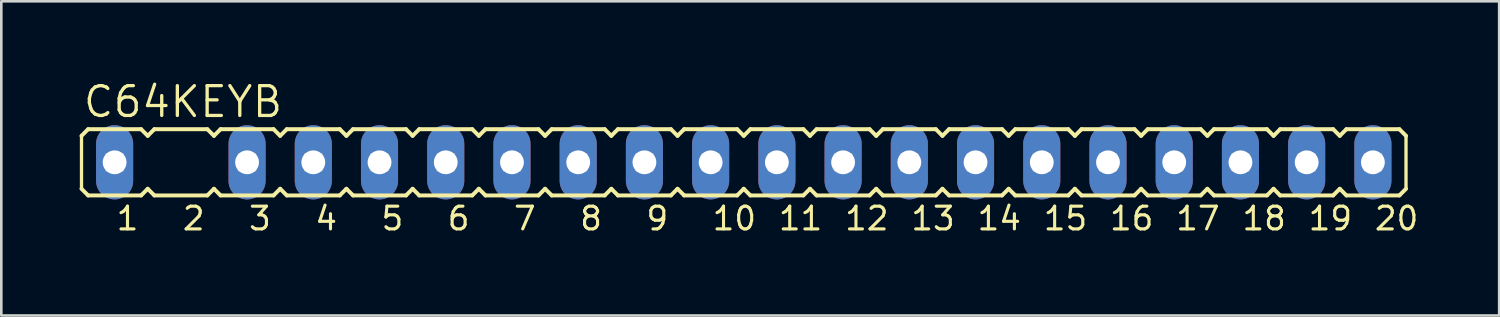
<source format=kicad_pcb>
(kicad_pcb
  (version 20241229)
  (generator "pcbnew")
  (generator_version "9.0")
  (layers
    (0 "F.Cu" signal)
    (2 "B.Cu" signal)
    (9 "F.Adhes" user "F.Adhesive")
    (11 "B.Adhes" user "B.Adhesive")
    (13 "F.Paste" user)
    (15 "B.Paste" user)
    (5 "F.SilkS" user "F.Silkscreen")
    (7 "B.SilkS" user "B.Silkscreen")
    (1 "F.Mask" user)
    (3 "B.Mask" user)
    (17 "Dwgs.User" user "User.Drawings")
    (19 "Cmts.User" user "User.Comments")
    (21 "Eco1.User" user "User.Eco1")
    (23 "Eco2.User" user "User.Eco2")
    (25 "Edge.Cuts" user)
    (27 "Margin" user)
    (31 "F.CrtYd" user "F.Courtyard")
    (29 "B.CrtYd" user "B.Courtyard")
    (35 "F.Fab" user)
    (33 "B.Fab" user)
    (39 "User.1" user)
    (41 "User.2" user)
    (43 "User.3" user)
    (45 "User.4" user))
  (footprint "C64KEYB"
    (layer "F.Cu")
    (at 1.346 3.175)
    (property "Reference" "C64KEYB" (at -1.27 -1.651 0) (unlocked yes) (layer "F.SilkS") (effects (font (size 1.143 1.143) (thickness 0.127)) (justify left bottom)))
    (fp_line (start -1.27 -1.016) (end -1.27 1.016) (stroke (width 0.127) (type solid)) (layer "F.SilkS"))
    (fp_line (start -1.27 -1.016) (end -1.016 -1.27) (stroke (width 0.152) (type solid)) (layer "F.SilkS"))
    (fp_line (start -1.27 1.016) (end -1.016 1.27) (stroke (width 0.152) (type solid)) (layer "F.SilkS"))
    (fp_line (start 1.016 -1.27) (end -1.016 -1.27) (stroke (width 0.152) (type solid)) (layer "F.SilkS"))
    (fp_line (start 1.016 -1.27) (end 1.27 -1.016) (stroke (width 0.152) (type solid)) (layer "F.SilkS"))
    (fp_line (start 1.016 1.27) (end -1.016 1.27) (stroke (width 0.152) (type solid)) (layer "F.SilkS"))
    (fp_line (start 1.016 1.27) (end 1.27 1.016) (stroke (width 0.152) (type solid)) (layer "F.SilkS"))
    (fp_line (start 1.27 -1.016) (end 1.524 -1.27) (stroke (width 0.152) (type solid)) (layer "F.SilkS"))
    (fp_line (start 1.27 1.016) (end 1.524 1.27) (stroke (width 0.152) (type solid)) (layer "F.SilkS"))
    (fp_line (start 3.556 -1.27) (end 1.524 -1.27) (stroke (width 0.152) (type solid)) (layer "F.SilkS"))
    (fp_line (start 3.556 -1.27) (end 3.81 -1.016) (stroke (width 0.152) (type solid)) (layer "F.SilkS"))
    (fp_line (start 3.556 1.27) (end 1.524 1.27) (stroke (width 0.152) (type solid)) (layer "F.SilkS"))
    (fp_line (start 3.556 1.27) (end 3.81 1.016) (stroke (width 0.152) (type solid)) (layer "F.SilkS"))
    (fp_line (start 3.81 -1.016) (end 4.064 -1.27) (stroke (width 0.152) (type solid)) (layer "F.SilkS"))
    (fp_line (start 3.81 1.016) (end 4.064 1.27) (stroke (width 0.152) (type solid)) (layer "F.SilkS"))
    (fp_line (start 6.096 -1.27) (end 4.064 -1.27) (stroke (width 0.152) (type solid)) (layer "F.SilkS"))
    (fp_line (start 6.096 -1.27) (end 6.35 -1.016) (stroke (width 0.152) (type solid)) (layer "F.SilkS"))
    (fp_line (start 6.096 1.27) (end 4.064 1.27) (stroke (width 0.152) (type solid)) (layer "F.SilkS"))
    (fp_line (start 6.096 1.27) (end 6.35 1.016) (stroke (width 0.152) (type solid)) (layer "F.SilkS"))
    (fp_line (start 6.35 -1.016) (end 6.604 -1.27) (stroke (width 0.152) (type solid)) (layer "F.SilkS"))
    (fp_line (start 6.35 1.016) (end 6.604 1.27) (stroke (width 0.152) (type solid)) (layer "F.SilkS"))
    (fp_line (start 8.636 -1.27) (end 6.604 -1.27) (stroke (width 0.152) (type solid)) (layer "F.SilkS"))
    (fp_line (start 8.636 -1.27) (end 8.89 -1.016) (stroke (width 0.152) (type solid)) (layer "F.SilkS"))
    (fp_line (start 8.636 1.27) (end 6.604 1.27) (stroke (width 0.152) (type solid)) (layer "F.SilkS"))
    (fp_line (start 8.636 1.27) (end 8.89 1.016) (stroke (width 0.152) (type solid)) (layer "F.SilkS"))
    (fp_line (start 8.89 -1.016) (end 9.144 -1.27) (stroke (width 0.152) (type solid)) (layer "F.SilkS"))
    (fp_line (start 8.89 1.016) (end 9.144 1.27) (stroke (width 0.152) (type solid)) (layer "F.SilkS"))
    (fp_line (start 11.176 -1.27) (end 9.144 -1.27) (stroke (width 0.152) (type solid)) (layer "F.SilkS"))
    (fp_line (start 11.176 -1.27) (end 11.43 -1.016) (stroke (width 0.152) (type solid)) (layer "F.SilkS"))
    (fp_line (start 11.176 1.27) (end 9.144 1.27) (stroke (width 0.152) (type solid)) (layer "F.SilkS"))
    (fp_line (start 11.176 1.27) (end 11.43 1.016) (stroke (width 0.152) (type solid)) (layer "F.SilkS"))
    (fp_line (start 11.43 -1.016) (end 11.684 -1.27) (stroke (width 0.152) (type solid)) (layer "F.SilkS"))
    (fp_line (start 11.43 1.016) (end 11.684 1.27) (stroke (width 0.152) (type solid)) (layer "F.SilkS"))
    (fp_line (start 13.716 -1.27) (end 11.684 -1.27) (stroke (width 0.152) (type solid)) (layer "F.SilkS"))
    (fp_line (start 13.716 -1.27) (end 13.97 -1.016) (stroke (width 0.152) (type solid)) (layer "F.SilkS"))
    (fp_line (start 13.716 1.27) (end 11.684 1.27) (stroke (width 0.152) (type solid)) (layer "F.SilkS"))
    (fp_line (start 13.716 1.27) (end 13.97 1.016) (stroke (width 0.152) (type solid)) (layer "F.SilkS"))
    (fp_line (start 13.97 -1.016) (end 14.224 -1.27) (stroke (width 0.152) (type solid)) (layer "F.SilkS"))
    (fp_line (start 13.97 1.016) (end 14.224 1.27) (stroke (width 0.152) (type solid)) (layer "F.SilkS"))
    (fp_line (start 16.256 -1.27) (end 14.224 -1.27) (stroke (width 0.152) (type solid)) (layer "F.SilkS"))
    (fp_line (start 16.256 -1.27) (end 16.51 -1.016) (stroke (width 0.152) (type solid)) (layer "F.SilkS"))
    (fp_line (start 16.256 1.27) (end 14.224 1.27) (stroke (width 0.152) (type solid)) (layer "F.SilkS"))
    (fp_line (start 16.256 1.27) (end 16.51 1.016) (stroke (width 0.152) (type solid)) (layer "F.SilkS"))
    (fp_line (start 16.51 -1.016) (end 16.764 -1.27) (stroke (width 0.152) (type solid)) (layer "F.SilkS"))
    (fp_line (start 16.51 1.016) (end 16.764 1.27) (stroke (width 0.152) (type solid)) (layer "F.SilkS"))
    (fp_line (start 18.796 -1.27) (end 16.764 -1.27) (stroke (width 0.152) (type solid)) (layer "F.SilkS"))
    (fp_line (start 18.796 -1.27) (end 19.05 -1.016) (stroke (width 0.152) (type solid)) (layer "F.SilkS"))
    (fp_line (start 18.796 1.27) (end 16.764 1.27) (stroke (width 0.152) (type solid)) (layer "F.SilkS"))
    (fp_line (start 18.796 1.27) (end 19.05 1.016) (stroke (width 0.152) (type solid)) (layer "F.SilkS"))
    (fp_line (start 19.05 -1.016) (end 19.304 -1.27) (stroke (width 0.152) (type solid)) (layer "F.SilkS"))
    (fp_line (start 19.05 1.016) (end 19.304 1.27) (stroke (width 0.152) (type solid)) (layer "F.SilkS"))
    (fp_line (start 21.336 -1.27) (end 19.304 -1.27) (stroke (width 0.152) (type solid)) (layer "F.SilkS"))
    (fp_line (start 21.336 -1.27) (end 21.59 -1.016) (stroke (width 0.152) (type solid)) (layer "F.SilkS"))
    (fp_line (start 21.336 1.27) (end 19.304 1.27) (stroke (width 0.152) (type solid)) (layer "F.SilkS"))
    (fp_line (start 21.336 1.27) (end 21.59 1.016) (stroke (width 0.152) (type solid)) (layer "F.SilkS"))
    (fp_line (start 21.59 -1.016) (end 21.844 -1.27) (stroke (width 0.152) (type solid)) (layer "F.SilkS"))
    (fp_line (start 21.59 1.016) (end 21.844 1.27) (stroke (width 0.152) (type solid)) (layer "F.SilkS"))
    (fp_line (start 23.876 -1.27) (end 21.844 -1.27) (stroke (width 0.152) (type solid)) (layer "F.SilkS"))
    (fp_line (start 23.876 -1.27) (end 24.13 -1.016) (stroke (width 0.152) (type solid)) (layer "F.SilkS"))
    (fp_line (start 23.876 1.27) (end 21.844 1.27) (stroke (width 0.152) (type solid)) (layer "F.SilkS"))
    (fp_line (start 23.876 1.27) (end 24.13 1.016) (stroke (width 0.152) (type solid)) (layer "F.SilkS"))
    (fp_line (start 24.13 -1.016) (end 24.384 -1.27) (stroke (width 0.152) (type solid)) (layer "F.SilkS"))
    (fp_line (start 24.13 1.016) (end 24.384 1.27) (stroke (width 0.152) (type solid)) (layer "F.SilkS"))
    (fp_line (start 26.416 -1.27) (end 24.384 -1.27) (stroke (width 0.152) (type solid)) (layer "F.SilkS"))
    (fp_line (start 26.416 -1.27) (end 26.67 -1.016) (stroke (width 0.152) (type solid)) (layer "F.SilkS"))
    (fp_line (start 26.416 1.27) (end 24.384 1.27) (stroke (width 0.152) (type solid)) (layer "F.SilkS"))
    (fp_line (start 26.416 1.27) (end 26.67 1.016) (stroke (width 0.152) (type solid)) (layer "F.SilkS"))
    (fp_line (start 26.67 -1.016) (end 26.924 -1.27) (stroke (width 0.152) (type solid)) (layer "F.SilkS"))
    (fp_line (start 26.67 1.016) (end 26.924 1.27) (stroke (width 0.152) (type solid)) (layer "F.SilkS"))
    (fp_line (start 28.956 -1.27) (end 26.924 -1.27) (stroke (width 0.152) (type solid)) (layer "F.SilkS"))
    (fp_line (start 28.956 -1.27) (end 29.21 -1.016) (stroke (width 0.152) (type solid)) (layer "F.SilkS"))
    (fp_line (start 28.956 1.27) (end 26.924 1.27) (stroke (width 0.152) (type solid)) (layer "F.SilkS"))
    (fp_line (start 28.956 1.27) (end 29.21 1.016) (stroke (width 0.152) (type solid)) (layer "F.SilkS"))
    (fp_line (start 29.21 -1.016) (end 29.464 -1.27) (stroke (width 0.152) (type solid)) (layer "F.SilkS"))
    (fp_line (start 29.21 1.016) (end 29.464 1.27) (stroke (width 0.152) (type solid)) (layer "F.SilkS"))
    (fp_line (start 31.496 -1.27) (end 29.464 -1.27) (stroke (width 0.152) (type solid)) (layer "F.SilkS"))
    (fp_line (start 31.496 -1.27) (end 31.75 -1.016) (stroke (width 0.152) (type solid)) (layer "F.SilkS"))
    (fp_line (start 31.496 1.27) (end 29.464 1.27) (stroke (width 0.152) (type solid)) (layer "F.SilkS"))
    (fp_line (start 31.496 1.27) (end 31.75 1.016) (stroke (width 0.152) (type solid)) (layer "F.SilkS"))
    (fp_line (start 31.75 -1.016) (end 32.004 -1.27) (stroke (width 0.152) (type solid)) (layer "F.SilkS"))
    (fp_line (start 31.75 1.016) (end 32.004 1.27) (stroke (width 0.152) (type solid)) (layer "F.SilkS"))
    (fp_line (start 34.036 -1.27) (end 32.004 -1.27) (stroke (width 0.152) (type solid)) (layer "F.SilkS"))
    (fp_line (start 34.036 -1.27) (end 34.29 -1.016) (stroke (width 0.152) (type solid)) (layer "F.SilkS"))
    (fp_line (start 34.036 1.27) (end 32.004 1.27) (stroke (width 0.152) (type solid)) (layer "F.SilkS"))
    (fp_line (start 34.036 1.27) (end 34.29 1.016) (stroke (width 0.152) (type solid)) (layer "F.SilkS"))
    (fp_line (start 34.29 -1.016) (end 34.544 -1.27) (stroke (width 0.152) (type solid)) (layer "F.SilkS"))
    (fp_line (start 34.29 1.016) (end 34.544 1.27) (stroke (width 0.152) (type solid)) (layer "F.SilkS"))
    (fp_line (start 36.576 -1.27) (end 34.544 -1.27) (stroke (width 0.152) (type solid)) (layer "F.SilkS"))
    (fp_line (start 36.576 -1.27) (end 36.83 -1.016) (stroke (width 0.152) (type solid)) (layer "F.SilkS"))
    (fp_line (start 36.576 1.27) (end 34.544 1.27) (stroke (width 0.152) (type solid)) (layer "F.SilkS"))
    (fp_line (start 36.576 1.27) (end 36.83 1.016) (stroke (width 0.152) (type solid)) (layer "F.SilkS"))
    (fp_line (start 36.83 -1.016) (end 37.084 -1.27) (stroke (width 0.152) (type solid)) (layer "F.SilkS"))
    (fp_line (start 36.83 1.016) (end 37.084 1.27) (stroke (width 0.152) (type solid)) (layer "F.SilkS"))
    (fp_line (start 39.116 -1.27) (end 37.084 -1.27) (stroke (width 0.152) (type solid)) (layer "F.SilkS"))
    (fp_line (start 39.116 -1.27) (end 39.37 -1.016) (stroke (width 0.152) (type solid)) (layer "F.SilkS"))
    (fp_line (start 39.116 1.27) (end 37.084 1.27) (stroke (width 0.152) (type solid)) (layer "F.SilkS"))
    (fp_line (start 39.116 1.27) (end 39.37 1.016) (stroke (width 0.152) (type solid)) (layer "F.SilkS"))
    (fp_line (start 39.37 -1.016) (end 39.624 -1.27) (stroke (width 0.152) (type solid)) (layer "F.SilkS"))
    (fp_line (start 39.37 1.016) (end 39.624 1.27) (stroke (width 0.152) (type solid)) (layer "F.SilkS"))
    (fp_line (start 41.656 -1.27) (end 39.624 -1.27) (stroke (width 0.152) (type solid)) (layer "F.SilkS"))
    (fp_line (start 41.656 -1.27) (end 41.91 -1.016) (stroke (width 0.152) (type solid)) (layer "F.SilkS"))
    (fp_line (start 41.656 1.27) (end 39.624 1.27) (stroke (width 0.152) (type solid)) (layer "F.SilkS"))
    (fp_line (start 41.656 1.27) (end 41.91 1.016) (stroke (width 0.152) (type solid)) (layer "F.SilkS"))
    (fp_line (start 41.91 -1.016) (end 42.164 -1.27) (stroke (width 0.152) (type solid)) (layer "F.SilkS"))
    (fp_line (start 41.91 1.016) (end 42.164 1.27) (stroke (width 0.152) (type solid)) (layer "F.SilkS"))
    (fp_line (start 44.196 -1.27) (end 42.164 -1.27) (stroke (width 0.152) (type solid)) (layer "F.SilkS"))
    (fp_line (start 44.196 -1.27) (end 44.45 -1.016) (stroke (width 0.152) (type solid)) (layer "F.SilkS"))
    (fp_line (start 44.196 1.27) (end 42.164 1.27) (stroke (width 0.152) (type solid)) (layer "F.SilkS"))
    (fp_line (start 44.196 1.27) (end 44.45 1.016) (stroke (width 0.152) (type solid)) (layer "F.SilkS"))
    (fp_line (start 44.45 -1.016) (end 44.704 -1.27) (stroke (width 0.152) (type solid)) (layer "F.SilkS"))
    (fp_line (start 44.45 1.016) (end 44.704 1.27) (stroke (width 0.152) (type solid)) (layer "F.SilkS"))
    (fp_line (start 46.736 -1.27) (end 44.704 -1.27) (stroke (width 0.152) (type solid)) (layer "F.SilkS"))
    (fp_line (start 46.736 -1.27) (end 46.99 -1.016) (stroke (width 0.152) (type solid)) (layer "F.SilkS"))
    (fp_line (start 46.736 1.27) (end 44.704 1.27) (stroke (width 0.152) (type solid)) (layer "F.SilkS"))
    (fp_line (start 46.736 1.27) (end 46.99 1.016) (stroke (width 0.152) (type solid)) (layer "F.SilkS"))
    (fp_line (start 46.99 -1.016) (end 47.244 -1.27) (stroke (width 0.152) (type solid)) (layer "F.SilkS"))
    (fp_line (start 46.99 1.016) (end 47.244 1.27) (stroke (width 0.152) (type solid)) (layer "F.SilkS"))
    (fp_line (start 49.276 -1.27) (end 47.244 -1.27) (stroke (width 0.152) (type solid)) (layer "F.SilkS"))
    (fp_line (start 49.276 -1.27) (end 49.53 -1.016) (stroke (width 0.152) (type solid)) (layer "F.SilkS"))
    (fp_line (start 49.276 1.27) (end 47.244 1.27) (stroke (width 0.152) (type solid)) (layer "F.SilkS"))
    (fp_line (start 49.276 1.27) (end 49.53 1.016) (stroke (width 0.152) (type solid)) (layer "F.SilkS"))
    (fp_line (start 49.53 -1.016) (end 49.53 1.016) (stroke (width 0.127) (type solid)) (layer "F.SilkS"))
    (fp_poly (pts (xy -0.305 0.305) (xy 0.305 0.305) (xy 0.305 -0.305) (xy -0.305 -0.305)) (stroke (width 0.1) (type default)) (fill no) (layer "F.Fab"))
    (fp_poly (pts (xy 4.775 0.305) (xy 5.385 0.305) (xy 5.385 -0.305) (xy 4.775 -0.305)) (stroke (width 0.1) (type default)) (fill no) (layer "F.Fab"))
    (fp_poly (pts (xy 7.315 0.305) (xy 7.925 0.305) (xy 7.925 -0.305) (xy 7.315 -0.305)) (stroke (width 0.1) (type default)) (fill no) (layer "F.Fab"))
    (fp_poly (pts (xy 9.855 0.305) (xy 10.465 0.305) (xy 10.465 -0.305) (xy 9.855 -0.305)) (stroke (width 0.1) (type default)) (fill no) (layer "F.Fab"))
    (fp_poly (pts (xy 12.395 0.305) (xy 13.005 0.305) (xy 13.005 -0.305) (xy 12.395 -0.305)) (stroke (width 0.1) (type default)) (fill no) (layer "F.Fab"))
    (fp_poly (pts (xy 14.935 0.305) (xy 15.545 0.305) (xy 15.545 -0.305) (xy 14.935 -0.305)) (stroke (width 0.1) (type default)) (fill no) (layer "F.Fab"))
    (fp_poly (pts (xy 17.475 0.305) (xy 18.085 0.305) (xy 18.085 -0.305) (xy 17.475 -0.305)) (stroke (width 0.1) (type default)) (fill no) (layer "F.Fab"))
    (fp_poly (pts (xy 20.015 0.305) (xy 20.625 0.305) (xy 20.625 -0.305) (xy 20.015 -0.305)) (stroke (width 0.1) (type default)) (fill no) (layer "F.Fab"))
    (fp_poly (pts (xy 22.555 0.305) (xy 23.165 0.305) (xy 23.165 -0.305) (xy 22.555 -0.305)) (stroke (width 0.1) (type default)) (fill no) (layer "F.Fab"))
    (fp_poly (pts (xy 25.095 0.305) (xy 25.705 0.305) (xy 25.705 -0.305) (xy 25.095 -0.305)) (stroke (width 0.1) (type default)) (fill no) (layer "F.Fab"))
    (fp_poly (pts (xy 27.635 0.305) (xy 28.245 0.305) (xy 28.245 -0.305) (xy 27.635 -0.305)) (stroke (width 0.1) (type default)) (fill no) (layer "F.Fab"))
    (fp_poly (pts (xy 30.175 0.305) (xy 30.785 0.305) (xy 30.785 -0.305) (xy 30.175 -0.305)) (stroke (width 0.1) (type default)) (fill no) (layer "F.Fab"))
    (fp_poly (pts (xy 32.715 0.305) (xy 33.325 0.305) (xy 33.325 -0.305) (xy 32.715 -0.305)) (stroke (width 0.1) (type default)) (fill no) (layer "F.Fab"))
    (fp_poly (pts (xy 35.255 0.305) (xy 35.865 0.305) (xy 35.865 -0.305) (xy 35.255 -0.305)) (stroke (width 0.1) (type default)) (fill no) (layer "F.Fab"))
    (fp_poly (pts (xy 37.795 0.305) (xy 38.405 0.305) (xy 38.405 -0.305) (xy 37.795 -0.305)) (stroke (width 0.1) (type default)) (fill no) (layer "F.Fab"))
    (fp_poly (pts (xy 40.335 0.305) (xy 40.945 0.305) (xy 40.945 -0.305) (xy 40.335 -0.305)) (stroke (width 0.1) (type default)) (fill no) (layer "F.Fab"))
    (fp_poly (pts (xy 42.875 0.305) (xy 43.485 0.305) (xy 43.485 -0.305) (xy 42.875 -0.305)) (stroke (width 0.1) (type default)) (fill no) (layer "F.Fab"))
    (fp_poly (pts (xy 45.415 0.305) (xy 46.025 0.305) (xy 46.025 -0.305) (xy 45.415 -0.305)) (stroke (width 0.1) (type default)) (fill no) (layer "F.Fab"))
    (fp_poly (pts (xy 47.955 0.305) (xy 48.565 0.305) (xy 48.565 -0.305) (xy 47.955 -0.305)) (stroke (width 0.1) (type default)) (fill no) (layer "F.Fab"))
    (fp_text user "20" (at 48.26 2.667 0) (unlocked yes) (layer "F.SilkS") (effects (font (size 0.872 0.872) (thickness 0.119)) (justify left bottom)))
    (fp_text user "19" (at 45.72 2.667 0) (unlocked yes) (layer "F.SilkS") (effects (font (size 0.872 0.872) (thickness 0.119)) (justify left bottom)))
    (fp_text user "8" (at 17.78 2.667 0) (unlocked yes) (layer "F.SilkS") (effects (font (size 0.872 0.872) (thickness 0.119)) (justify left bottom)))
    (fp_text user "15" (at 35.56 2.667 0) (unlocked yes) (layer "F.SilkS") (effects (font (size 0.872 0.872) (thickness 0.119)) (justify left bottom)))
    (fp_text user "14" (at 33.02 2.667 0) (unlocked yes) (layer "F.SilkS") (effects (font (size 0.872 0.872) (thickness 0.119)) (justify left bottom)))
    (fp_text user "16" (at 38.1 2.667 0) (unlocked yes) (layer "F.SilkS") (effects (font (size 0.872 0.872) (thickness 0.119)) (justify left bottom)))
    (fp_text user "12" (at 27.94 2.667 0) (unlocked yes) (layer "F.SilkS") (effects (font (size 0.872 0.872) (thickness 0.119)) (justify left bottom)))
    (fp_text user "2" (at 2.54 2.667 0) (unlocked yes) (layer "F.SilkS") (effects (font (size 0.872 0.872) (thickness 0.119)) (justify left bottom)))
    (fp_text user "13" (at 30.48 2.667 0) (unlocked yes) (layer "F.SilkS") (effects (font (size 0.872 0.872) (thickness 0.119)) (justify left bottom)))
    (fp_text user "18" (at 43.18 2.667 0) (unlocked yes) (layer "F.SilkS") (effects (font (size 0.872 0.872) (thickness 0.119)) (justify left bottom)))
    (fp_text user "9" (at 20.32 2.667 0) (unlocked yes) (layer "F.SilkS") (effects (font (size 0.872 0.872) (thickness 0.119)) (justify left bottom)))
    (fp_text user "3" (at 5.08 2.667 0) (unlocked yes) (layer "F.SilkS") (effects (font (size 0.872 0.872) (thickness 0.119)) (justify left bottom)))
    (fp_text user "1" (at 0 2.667 0) (unlocked yes) (layer "F.SilkS") (effects (font (size 0.872 0.872) (thickness 0.119)) (justify left bottom)))
    (fp_text user "5" (at 10.16 2.667 0) (unlocked yes) (layer "F.SilkS") (effects (font (size 0.872 0.872) (thickness 0.119)) (justify left bottom)))
    (fp_text user "11" (at 25.4 2.667 0) (unlocked yes) (layer "F.SilkS") (effects (font (size 0.872 0.872) (thickness 0.119)) (justify left bottom)))
    (fp_text user "4" (at 7.62 2.667 0) (unlocked yes) (layer "F.SilkS") (effects (font (size 0.872 0.872) (thickness 0.119)) (justify left bottom)))
    (fp_text user "17" (at 40.64 2.667 0) (unlocked yes) (layer "F.SilkS") (effects (font (size 0.872 0.872) (thickness 0.119)) (justify left bottom)))
    (fp_text user "6" (at 12.7 2.667 0) (unlocked yes) (layer "F.SilkS") (effects (font (size 0.872 0.872) (thickness 0.119)) (justify left bottom)))
    (fp_text user "7" (at 15.24 2.667 0) (unlocked yes) (layer "F.SilkS") (effects (font (size 0.872 0.872) (thickness 0.119)) (justify left bottom)))
    (fp_text user "10" (at 22.86 2.667 0) (unlocked yes) (layer "F.SilkS") (effects (font (size 0.872 0.872) (thickness 0.119)) (justify left bottom)))
    (pad "1" thru_hole oval (at 0 0 90) (size 2.845 1.422) (drill 0.914) (layers "*.Cu" "*.Mask"))
    (pad "3" thru_hole oval (at 5.08 0 90) (size 2.845 1.422) (drill 0.914) (layers "*.Cu" "*.Mask"))
    (pad "4" thru_hole oval (at 7.62 0 90) (size 2.845 1.422) (drill 0.914) (layers "*.Cu" "*.Mask"))
    (pad "5" thru_hole oval (at 10.16 0 90) (size 2.845 1.422) (drill 0.914) (layers "*.Cu" "*.Mask"))
    (pad "6" thru_hole oval (at 12.7 0 90) (size 2.845 1.422) (drill 0.914) (layers "*.Cu" "*.Mask"))
    (pad "7" thru_hole oval (at 15.24 0 90) (size 2.845 1.422) (drill 0.914) (layers "*.Cu" "*.Mask"))
    (pad "8" thru_hole oval (at 17.78 0 90) (size 2.845 1.422) (drill 0.914) (layers "*.Cu" "*.Mask"))
    (pad "9" thru_hole oval (at 20.32 0 90) (size 2.845 1.422) (drill 0.914) (layers "*.Cu" "*.Mask"))
    (pad "10" thru_hole oval (at 22.86 0 90) (size 2.845 1.422) (drill 0.914) (layers "*.Cu" "*.Mask"))
    (pad "11" thru_hole oval (at 25.4 0 90) (size 2.845 1.422) (drill 0.914) (layers "*.Cu" "*.Mask"))
    (pad "12" thru_hole oval (at 27.94 0 90) (size 2.845 1.422) (drill 0.914) (layers "*.Cu" "*.Mask"))
    (pad "13" thru_hole oval (at 30.48 0 90) (size 2.845 1.422) (drill 0.914) (layers "*.Cu" "*.Mask"))
    (pad "14" thru_hole oval (at 33.02 0 90) (size 2.845 1.422) (drill 0.914) (layers "*.Cu" "*.Mask"))
    (pad "15" thru_hole oval (at 35.56 0 90) (size 2.845 1.422) (drill 0.914) (layers "*.Cu" "*.Mask"))
    (pad "16" thru_hole oval (at 38.1 0 90) (size 2.845 1.422) (drill 0.914) (layers "*.Cu" "*.Mask"))
    (pad "17" thru_hole oval (at 40.64 0 90) (size 2.845 1.422) (drill 0.914) (layers "*.Cu" "*.Mask"))
    (pad "18" thru_hole oval (at 43.18 0 90) (size 2.845 1.422) (drill 0.914) (layers "*.Cu" "*.Mask"))
    (pad "19" thru_hole oval (at 45.72 0 90) (size 2.845 1.422) (drill 0.914) (layers "*.Cu" "*.Mask"))
    (pad "20" thru_hole oval (at 48.26 0 90) (size 2.845 1.422) (drill 0.914) (layers "*.Cu" "*.Mask")))
  (gr_rect
    (start -3 -3)
    (end 54.449 9.051)
    (stroke (width 0.1) (type default))
    (fill no)
    (layer "Edge.Cuts")))
</source>
